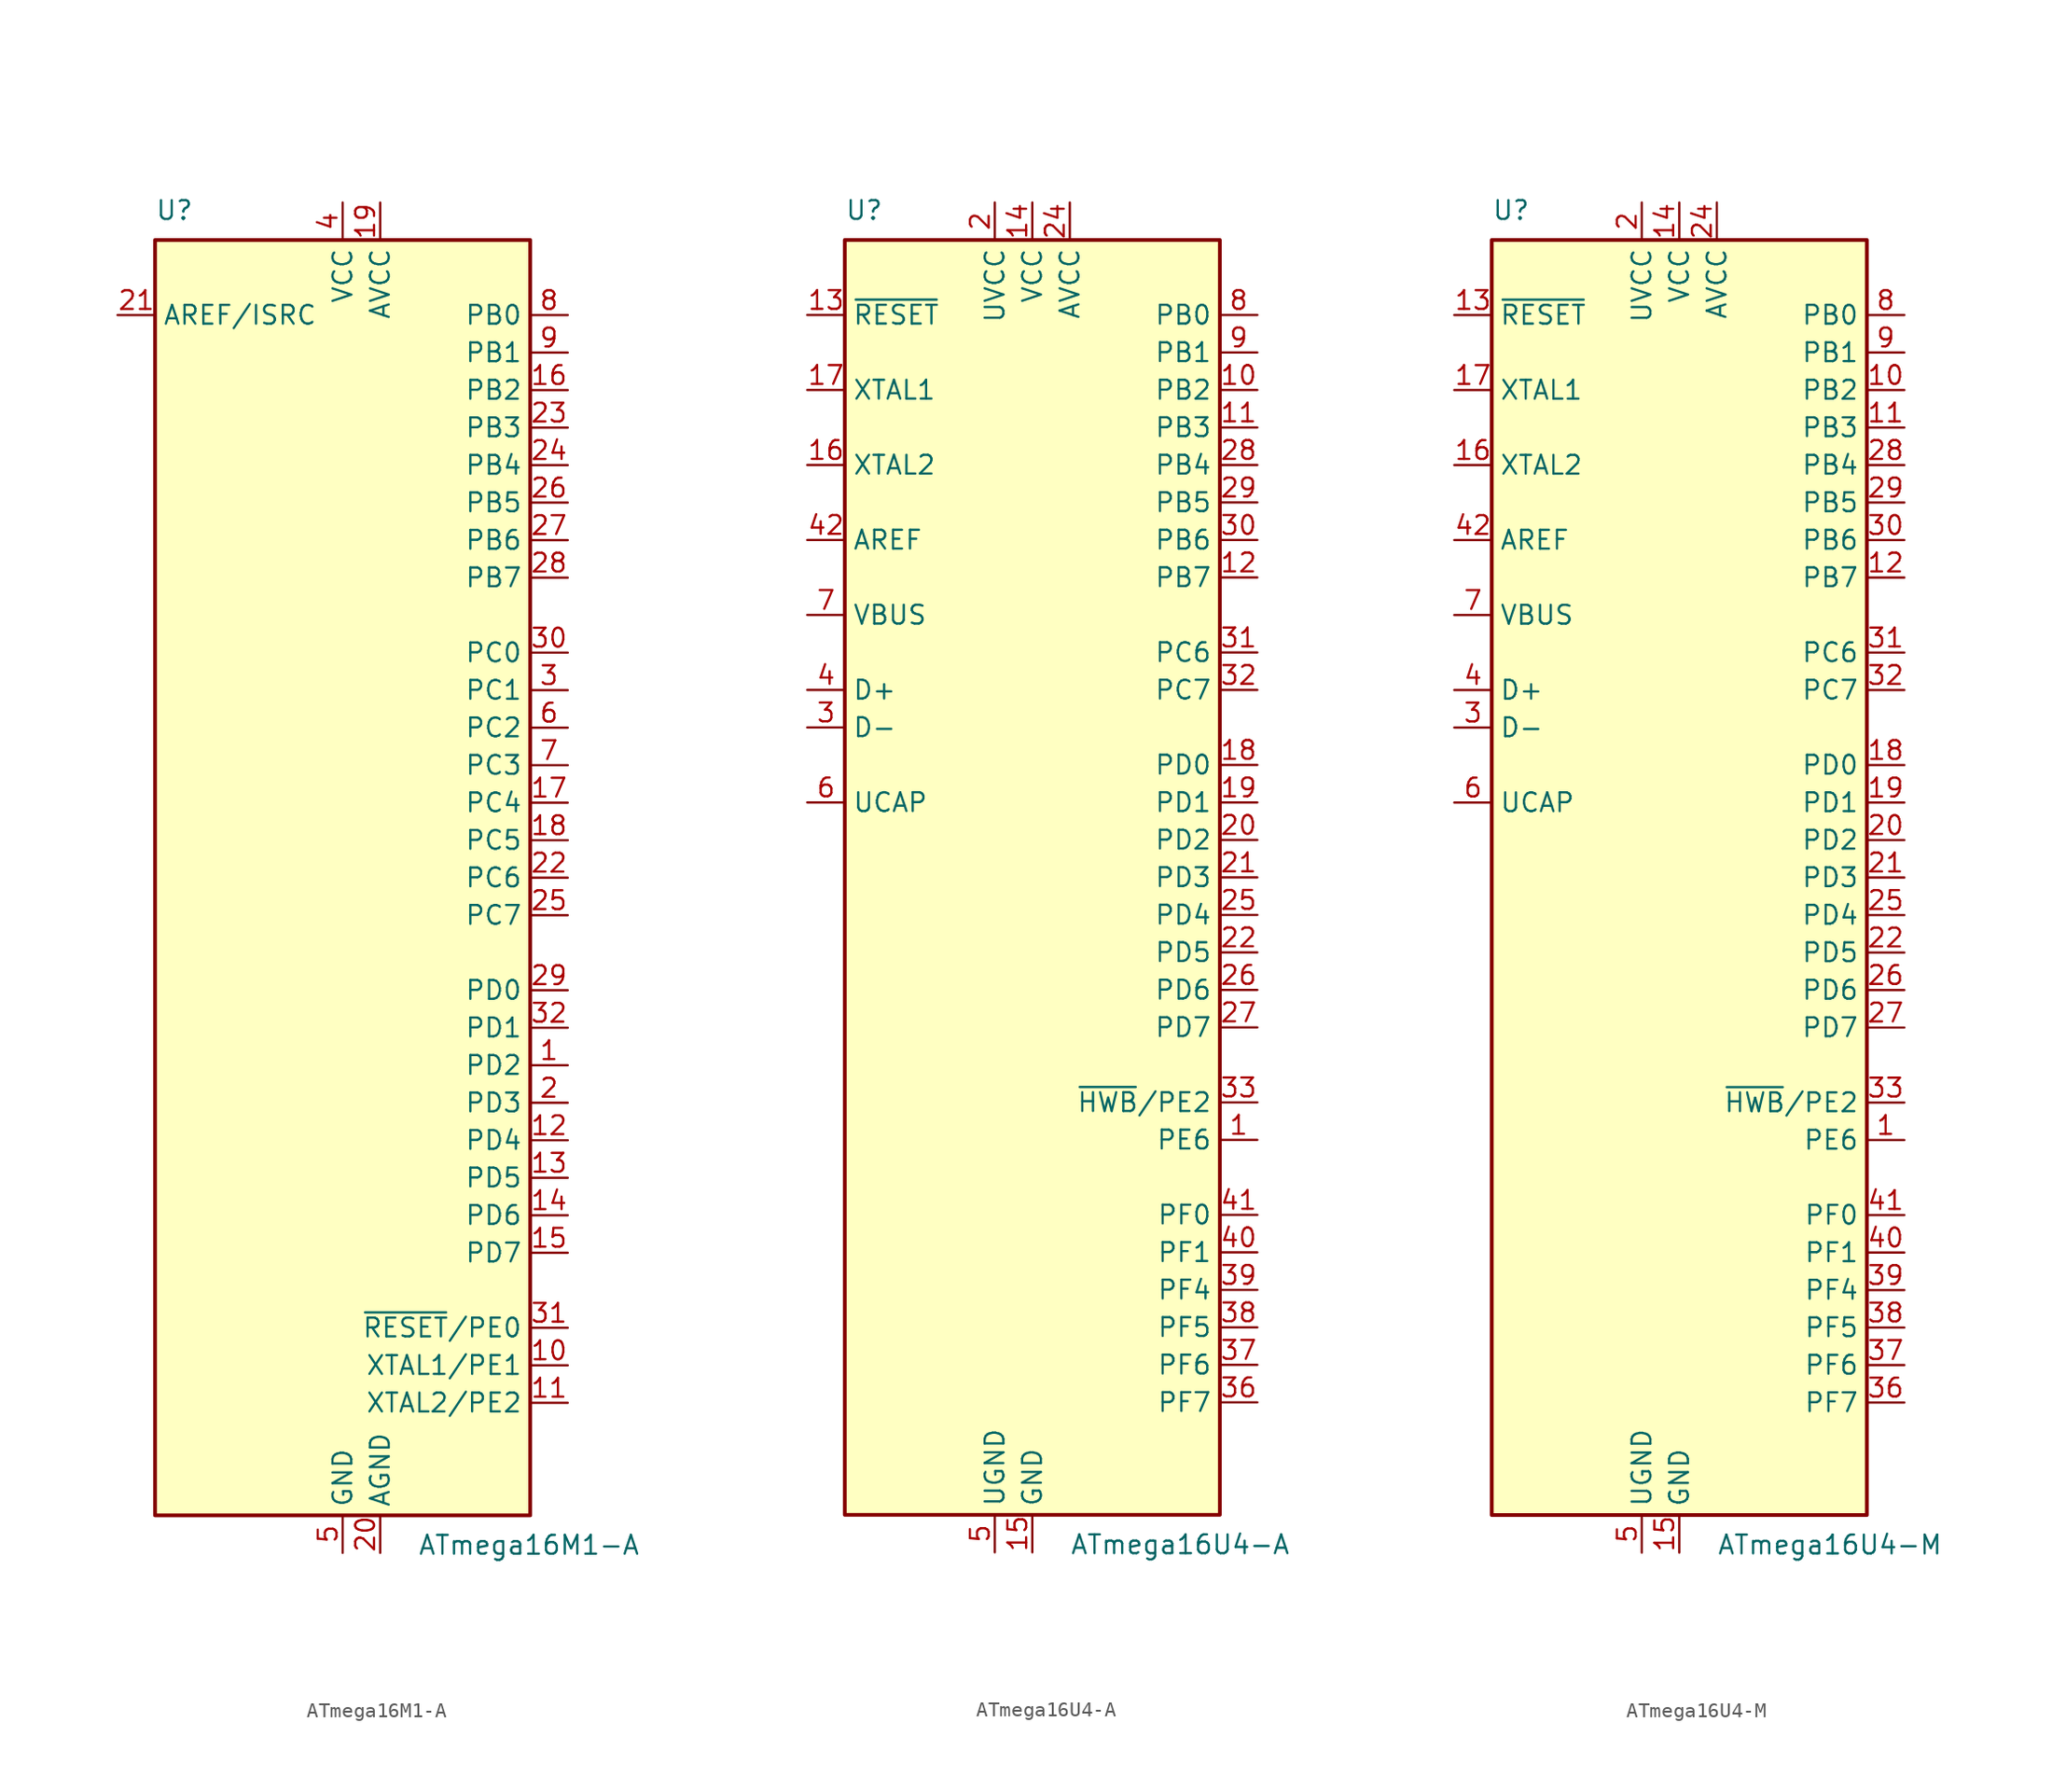
<source format=kicad_sym>
(kicad_symbol_lib
  (version 20201005)
  (generator kicad_symbol_editor)
  (symbol "MCU_Microchip_ATmega:ATmega16M1-A"
    (property "Reference" "U"
      (at -12.7 44.45 0)
      (effects (font (size 1.27 1.27)) (justify left bottom)))
    (property "Value" "ATmega16M1-A"
      (at 5.08 -44.45 0)
      (effects (font (size 1.27 1.27)) (justify left top)))
    (symbol "ATmega16M1-A_0_1"
      (rectangle (start -12.7 -43.18) (end 12.7 43.18) (stroke (width 0.254)) (fill (type background))))
    (symbol "ATmega16M1-A_1_1"
      (pin bidirectional line (at 15.24 -12.7 180) (length 2.54) (name "PD2" (effects (font (size 1.27 1.27)))) (number "1" (effects (font (size 1.27 1.27)))))
      (pin bidirectional line (at 15.24 -33.02 180) (length 2.54) (name "XTAL1/PE1" (effects (font (size 1.27 1.27)))) (number "10" (effects (font (size 1.27 1.27)))))
      (pin bidirectional line (at 15.24 -35.56 180) (length 2.54) (name "XTAL2/PE2" (effects (font (size 1.27 1.27)))) (number "11" (effects (font (size 1.27 1.27)))))
      (pin bidirectional line (at 15.24 -17.78 180) (length 2.54) (name "PD4" (effects (font (size 1.27 1.27)))) (number "12" (effects (font (size 1.27 1.27)))))
      (pin bidirectional line (at 15.24 -20.32 180) (length 2.54) (name "PD5" (effects (font (size 1.27 1.27)))) (number "13" (effects (font (size 1.27 1.27)))))
      (pin bidirectional line (at 15.24 -22.86 180) (length 2.54) (name "PD6" (effects (font (size 1.27 1.27)))) (number "14" (effects (font (size 1.27 1.27)))))
      (pin bidirectional line (at 15.24 -25.4 180) (length 2.54) (name "PD7" (effects (font (size 1.27 1.27)))) (number "15" (effects (font (size 1.27 1.27)))))
      (pin bidirectional line (at 15.24 33.02 180) (length 2.54) (name "PB2" (effects (font (size 1.27 1.27)))) (number "16" (effects (font (size 1.27 1.27)))))
      (pin bidirectional line (at 15.24 5.08 180) (length 2.54) (name "PC4" (effects (font (size 1.27 1.27)))) (number "17" (effects (font (size 1.27 1.27)))))
      (pin bidirectional line (at 15.24 2.54 180) (length 2.54) (name "PC5" (effects (font (size 1.27 1.27)))) (number "18" (effects (font (size 1.27 1.27)))))
      (pin power_in line (at 2.54 45.72 270) (length 2.54) (name "AVCC" (effects (font (size 1.27 1.27)))) (number "19" (effects (font (size 1.27 1.27)))))
      (pin bidirectional line (at 15.24 -15.24 180) (length 2.54) (name "PD3" (effects (font (size 1.27 1.27)))) (number "2" (effects (font (size 1.27 1.27)))))
      (pin power_in line (at 2.54 -45.72 90) (length 2.54) (name "AGND" (effects (font (size 1.27 1.27)))) (number "20" (effects (font (size 1.27 1.27)))))
      (pin passive line (at -15.24 38.1 0) (length 2.54) (name "AREF/ISRC" (effects (font (size 1.27 1.27)))) (number "21" (effects (font (size 1.27 1.27)))))
      (pin bidirectional line (at 15.24 0 180) (length 2.54) (name "PC6" (effects (font (size 1.27 1.27)))) (number "22" (effects (font (size 1.27 1.27)))))
      (pin bidirectional line (at 15.24 30.48 180) (length 2.54) (name "PB3" (effects (font (size 1.27 1.27)))) (number "23" (effects (font (size 1.27 1.27)))))
      (pin bidirectional line (at 15.24 27.94 180) (length 2.54) (name "PB4" (effects (font (size 1.27 1.27)))) (number "24" (effects (font (size 1.27 1.27)))))
      (pin bidirectional line (at 15.24 -2.54 180) (length 2.54) (name "PC7" (effects (font (size 1.27 1.27)))) (number "25" (effects (font (size 1.27 1.27)))))
      (pin bidirectional line (at 15.24 25.4 180) (length 2.54) (name "PB5" (effects (font (size 1.27 1.27)))) (number "26" (effects (font (size 1.27 1.27)))))
      (pin bidirectional line (at 15.24 22.86 180) (length 2.54) (name "PB6" (effects (font (size 1.27 1.27)))) (number "27" (effects (font (size 1.27 1.27)))))
      (pin bidirectional line (at 15.24 20.32 180) (length 2.54) (name "PB7" (effects (font (size 1.27 1.27)))) (number "28" (effects (font (size 1.27 1.27)))))
      (pin bidirectional line (at 15.24 -7.62 180) (length 2.54) (name "PD0" (effects (font (size 1.27 1.27)))) (number "29" (effects (font (size 1.27 1.27)))))
      (pin bidirectional line (at 15.24 12.7 180) (length 2.54) (name "PC1" (effects (font (size 1.27 1.27)))) (number "3" (effects (font (size 1.27 1.27)))))
      (pin bidirectional line (at 15.24 15.24 180) (length 2.54) (name "PC0" (effects (font (size 1.27 1.27)))) (number "30" (effects (font (size 1.27 1.27)))))
      (pin bidirectional line (at 15.24 -30.48 180) (length 2.54) (name "~RESET~/PE0" (effects (font (size 1.27 1.27)))) (number "31" (effects (font (size 1.27 1.27)))))
      (pin bidirectional line (at 15.24 -10.16 180) (length 2.54) (name "PD1" (effects (font (size 1.27 1.27)))) (number "32" (effects (font (size 1.27 1.27)))))
      (pin power_in line (at 0 45.72 270) (length 2.54) (name "VCC" (effects (font (size 1.27 1.27)))) (number "4" (effects (font (size 1.27 1.27)))))
      (pin power_in line (at 0 -45.72 90) (length 2.54) (name "GND" (effects (font (size 1.27 1.27)))) (number "5" (effects (font (size 1.27 1.27)))))
      (pin bidirectional line (at 15.24 10.16 180) (length 2.54) (name "PC2" (effects (font (size 1.27 1.27)))) (number "6" (effects (font (size 1.27 1.27)))))
      (pin bidirectional line (at 15.24 7.62 180) (length 2.54) (name "PC3" (effects (font (size 1.27 1.27)))) (number "7" (effects (font (size 1.27 1.27)))))
      (pin bidirectional line (at 15.24 38.1 180) (length 2.54) (name "PB0" (effects (font (size 1.27 1.27)))) (number "8" (effects (font (size 1.27 1.27)))))
      (pin bidirectional line (at 15.24 35.56 180) (length 2.54) (name "PB1" (effects (font (size 1.27 1.27)))) (number "9" (effects (font (size 1.27 1.27)))))))
  (symbol "MCU_Microchip_ATmega:ATmega16U4-A"
    (property "Reference" "U"
      (at -12.7 44.45 0)
      (effects (font (size 1.27 1.27)) (justify left bottom)))
    (property "Value" "ATmega16U4-A"
      (at 2.54 -44.45 0)
      (effects (font (size 1.27 1.27)) (justify left top)))
    (symbol "ATmega16U4-A_0_1"
      (rectangle (start -12.7 -43.18) (end 12.7 43.18) (stroke (width 0.254)) (fill (type background))))
    (symbol "ATmega16U4-A_1_1"
      (pin bidirectional line (at 15.24 -17.78 180) (length 2.54) (name "PE6" (effects (font (size 1.27 1.27)))) (number "1" (effects (font (size 1.27 1.27)))))
      (pin bidirectional line (at 15.24 33.02 180) (length 2.54) (name "PB2" (effects (font (size 1.27 1.27)))) (number "10" (effects (font (size 1.27 1.27)))))
      (pin bidirectional line (at 15.24 30.48 180) (length 2.54) (name "PB3" (effects (font (size 1.27 1.27)))) (number "11" (effects (font (size 1.27 1.27)))))
      (pin bidirectional line (at 15.24 20.32 180) (length 2.54) (name "PB7" (effects (font (size 1.27 1.27)))) (number "12" (effects (font (size 1.27 1.27)))))
      (pin input line (at -15.24 38.1 0) (length 2.54) (name "~RESET" (effects (font (size 1.27 1.27)))) (number "13" (effects (font (size 1.27 1.27)))))
      (pin power_in line (at 0 45.72 270) (length 2.54) (name "VCC" (effects (font (size 1.27 1.27)))) (number "14" (effects (font (size 1.27 1.27)))))
      (pin power_in line (at 0 -45.72 90) (length 2.54) (name "GND" (effects (font (size 1.27 1.27)))) (number "15" (effects (font (size 1.27 1.27)))))
      (pin output line (at -15.24 27.94 0) (length 2.54) (name "XTAL2" (effects (font (size 1.27 1.27)))) (number "16" (effects (font (size 1.27 1.27)))))
      (pin input line (at -15.24 33.02 0) (length 2.54) (name "XTAL1" (effects (font (size 1.27 1.27)))) (number "17" (effects (font (size 1.27 1.27)))))
      (pin bidirectional line (at 15.24 7.62 180) (length 2.54) (name "PD0" (effects (font (size 1.27 1.27)))) (number "18" (effects (font (size 1.27 1.27)))))
      (pin bidirectional line (at 15.24 5.08 180) (length 2.54) (name "PD1" (effects (font (size 1.27 1.27)))) (number "19" (effects (font (size 1.27 1.27)))))
      (pin power_in line (at -2.54 45.72 270) (length 2.54) (name "UVCC" (effects (font (size 1.27 1.27)))) (number "2" (effects (font (size 1.27 1.27)))))
      (pin bidirectional line (at 15.24 2.54 180) (length 2.54) (name "PD2" (effects (font (size 1.27 1.27)))) (number "20" (effects (font (size 1.27 1.27)))))
      (pin bidirectional line (at 15.24 0 180) (length 2.54) (name "PD3" (effects (font (size 1.27 1.27)))) (number "21" (effects (font (size 1.27 1.27)))))
      (pin bidirectional line (at 15.24 -5.08 180) (length 2.54) (name "PD5" (effects (font (size 1.27 1.27)))) (number "22" (effects (font (size 1.27 1.27)))))
      (pin passive line (at 0 -45.72 90) (length 2.54) hide (name "GND" (effects (font (size 1.27 1.27)))) (number "23" (effects (font (size 1.27 1.27)))))
      (pin power_in line (at 2.54 45.72 270) (length 2.54) (name "AVCC" (effects (font (size 1.27 1.27)))) (number "24" (effects (font (size 1.27 1.27)))))
      (pin bidirectional line (at 15.24 -2.54 180) (length 2.54) (name "PD4" (effects (font (size 1.27 1.27)))) (number "25" (effects (font (size 1.27 1.27)))))
      (pin bidirectional line (at 15.24 -7.62 180) (length 2.54) (name "PD6" (effects (font (size 1.27 1.27)))) (number "26" (effects (font (size 1.27 1.27)))))
      (pin bidirectional line (at 15.24 -10.16 180) (length 2.54) (name "PD7" (effects (font (size 1.27 1.27)))) (number "27" (effects (font (size 1.27 1.27)))))
      (pin bidirectional line (at 15.24 27.94 180) (length 2.54) (name "PB4" (effects (font (size 1.27 1.27)))) (number "28" (effects (font (size 1.27 1.27)))))
      (pin bidirectional line (at 15.24 25.4 180) (length 2.54) (name "PB5" (effects (font (size 1.27 1.27)))) (number "29" (effects (font (size 1.27 1.27)))))
      (pin bidirectional line (at -15.24 10.16 0) (length 2.54) (name "D-" (effects (font (size 1.27 1.27)))) (number "3" (effects (font (size 1.27 1.27)))))
      (pin bidirectional line (at 15.24 22.86 180) (length 2.54) (name "PB6" (effects (font (size 1.27 1.27)))) (number "30" (effects (font (size 1.27 1.27)))))
      (pin bidirectional line (at 15.24 15.24 180) (length 2.54) (name "PC6" (effects (font (size 1.27 1.27)))) (number "31" (effects (font (size 1.27 1.27)))))
      (pin bidirectional line (at 15.24 12.7 180) (length 2.54) (name "PC7" (effects (font (size 1.27 1.27)))) (number "32" (effects (font (size 1.27 1.27)))))
      (pin bidirectional line (at 15.24 -15.24 180) (length 2.54) (name "~HWB~/PE2" (effects (font (size 1.27 1.27)))) (number "33" (effects (font (size 1.27 1.27)))))
      (pin passive line (at 0 45.72 270) (length 2.54) hide (name "VCC" (effects (font (size 1.27 1.27)))) (number "34" (effects (font (size 1.27 1.27)))))
      (pin passive line (at 0 -45.72 90) (length 2.54) hide (name "GND" (effects (font (size 1.27 1.27)))) (number "35" (effects (font (size 1.27 1.27)))))
      (pin bidirectional line (at 15.24 -35.56 180) (length 2.54) (name "PF7" (effects (font (size 1.27 1.27)))) (number "36" (effects (font (size 1.27 1.27)))))
      (pin bidirectional line (at 15.24 -33.02 180) (length 2.54) (name "PF6" (effects (font (size 1.27 1.27)))) (number "37" (effects (font (size 1.27 1.27)))))
      (pin bidirectional line (at 15.24 -30.48 180) (length 2.54) (name "PF5" (effects (font (size 1.27 1.27)))) (number "38" (effects (font (size 1.27 1.27)))))
      (pin bidirectional line (at 15.24 -27.94 180) (length 2.54) (name "PF4" (effects (font (size 1.27 1.27)))) (number "39" (effects (font (size 1.27 1.27)))))
      (pin bidirectional line (at -15.24 12.7 0) (length 2.54) (name "D+" (effects (font (size 1.27 1.27)))) (number "4" (effects (font (size 1.27 1.27)))))
      (pin bidirectional line (at 15.24 -25.4 180) (length 2.54) (name "PF1" (effects (font (size 1.27 1.27)))) (number "40" (effects (font (size 1.27 1.27)))))
      (pin bidirectional line (at 15.24 -22.86 180) (length 2.54) (name "PF0" (effects (font (size 1.27 1.27)))) (number "41" (effects (font (size 1.27 1.27)))))
      (pin passive line (at -15.24 22.86 0) (length 2.54) (name "AREF" (effects (font (size 1.27 1.27)))) (number "42" (effects (font (size 1.27 1.27)))))
      (pin passive line (at 0 -45.72 90) (length 2.54) hide (name "GND" (effects (font (size 1.27 1.27)))) (number "43" (effects (font (size 1.27 1.27)))))
      (pin passive line (at 2.54 45.72 270) (length 2.54) hide (name "AVCC" (effects (font (size 1.27 1.27)))) (number "44" (effects (font (size 1.27 1.27)))))
      (pin passive line (at -2.54 -45.72 90) (length 2.54) (name "UGND" (effects (font (size 1.27 1.27)))) (number "5" (effects (font (size 1.27 1.27)))))
      (pin passive line (at -15.24 5.08 0) (length 2.54) (name "UCAP" (effects (font (size 1.27 1.27)))) (number "6" (effects (font (size 1.27 1.27)))))
      (pin input line (at -15.24 17.78 0) (length 2.54) (name "VBUS" (effects (font (size 1.27 1.27)))) (number "7" (effects (font (size 1.27 1.27)))))
      (pin bidirectional line (at 15.24 38.1 180) (length 2.54) (name "PB0" (effects (font (size 1.27 1.27)))) (number "8" (effects (font (size 1.27 1.27)))))
      (pin bidirectional line (at 15.24 35.56 180) (length 2.54) (name "PB1" (effects (font (size 1.27 1.27)))) (number "9" (effects (font (size 1.27 1.27)))))))
  (symbol "MCU_Microchip_ATmega:ATmega16U4-M"
    (property "Reference" "U"
      (at -12.7 44.45 0)
      (effects (font (size 1.27 1.27)) (justify left bottom)))
    (property "Value" "ATmega16U4-M"
      (at 2.54 -44.45 0)
      (effects (font (size 1.27 1.27)) (justify left top)))
    (symbol "ATmega16U4-M_0_1"
      (rectangle (start -12.7 -43.18) (end 12.7 43.18) (stroke (width 0.254)) (fill (type background))))
    (symbol "ATmega16U4-M_1_1"
      (pin bidirectional line (at 15.24 -17.78 180) (length 2.54) (name "PE6" (effects (font (size 1.27 1.27)))) (number "1" (effects (font (size 1.27 1.27)))))
      (pin bidirectional line (at 15.24 33.02 180) (length 2.54) (name "PB2" (effects (font (size 1.27 1.27)))) (number "10" (effects (font (size 1.27 1.27)))))
      (pin bidirectional line (at 15.24 30.48 180) (length 2.54) (name "PB3" (effects (font (size 1.27 1.27)))) (number "11" (effects (font (size 1.27 1.27)))))
      (pin bidirectional line (at 15.24 20.32 180) (length 2.54) (name "PB7" (effects (font (size 1.27 1.27)))) (number "12" (effects (font (size 1.27 1.27)))))
      (pin input line (at -15.24 38.1 0) (length 2.54) (name "~RESET" (effects (font (size 1.27 1.27)))) (number "13" (effects (font (size 1.27 1.27)))))
      (pin power_in line (at 0 45.72 270) (length 2.54) (name "VCC" (effects (font (size 1.27 1.27)))) (number "14" (effects (font (size 1.27 1.27)))))
      (pin power_in line (at 0 -45.72 90) (length 2.54) (name "GND" (effects (font (size 1.27 1.27)))) (number "15" (effects (font (size 1.27 1.27)))))
      (pin output line (at -15.24 27.94 0) (length 2.54) (name "XTAL2" (effects (font (size 1.27 1.27)))) (number "16" (effects (font (size 1.27 1.27)))))
      (pin input line (at -15.24 33.02 0) (length 2.54) (name "XTAL1" (effects (font (size 1.27 1.27)))) (number "17" (effects (font (size 1.27 1.27)))))
      (pin bidirectional line (at 15.24 7.62 180) (length 2.54) (name "PD0" (effects (font (size 1.27 1.27)))) (number "18" (effects (font (size 1.27 1.27)))))
      (pin bidirectional line (at 15.24 5.08 180) (length 2.54) (name "PD1" (effects (font (size 1.27 1.27)))) (number "19" (effects (font (size 1.27 1.27)))))
      (pin power_in line (at -2.54 45.72 270) (length 2.54) (name "UVCC" (effects (font (size 1.27 1.27)))) (number "2" (effects (font (size 1.27 1.27)))))
      (pin bidirectional line (at 15.24 2.54 180) (length 2.54) (name "PD2" (effects (font (size 1.27 1.27)))) (number "20" (effects (font (size 1.27 1.27)))))
      (pin bidirectional line (at 15.24 0 180) (length 2.54) (name "PD3" (effects (font (size 1.27 1.27)))) (number "21" (effects (font (size 1.27 1.27)))))
      (pin bidirectional line (at 15.24 -5.08 180) (length 2.54) (name "PD5" (effects (font (size 1.27 1.27)))) (number "22" (effects (font (size 1.27 1.27)))))
      (pin passive line (at 0 -45.72 90) (length 2.54) hide (name "GND" (effects (font (size 1.27 1.27)))) (number "23" (effects (font (size 1.27 1.27)))))
      (pin power_in line (at 2.54 45.72 270) (length 2.54) (name "AVCC" (effects (font (size 1.27 1.27)))) (number "24" (effects (font (size 1.27 1.27)))))
      (pin bidirectional line (at 15.24 -2.54 180) (length 2.54) (name "PD4" (effects (font (size 1.27 1.27)))) (number "25" (effects (font (size 1.27 1.27)))))
      (pin bidirectional line (at 15.24 -7.62 180) (length 2.54) (name "PD6" (effects (font (size 1.27 1.27)))) (number "26" (effects (font (size 1.27 1.27)))))
      (pin bidirectional line (at 15.24 -10.16 180) (length 2.54) (name "PD7" (effects (font (size 1.27 1.27)))) (number "27" (effects (font (size 1.27 1.27)))))
      (pin bidirectional line (at 15.24 27.94 180) (length 2.54) (name "PB4" (effects (font (size 1.27 1.27)))) (number "28" (effects (font (size 1.27 1.27)))))
      (pin bidirectional line (at 15.24 25.4 180) (length 2.54) (name "PB5" (effects (font (size 1.27 1.27)))) (number "29" (effects (font (size 1.27 1.27)))))
      (pin bidirectional line (at -15.24 10.16 0) (length 2.54) (name "D-" (effects (font (size 1.27 1.27)))) (number "3" (effects (font (size 1.27 1.27)))))
      (pin bidirectional line (at 15.24 22.86 180) (length 2.54) (name "PB6" (effects (font (size 1.27 1.27)))) (number "30" (effects (font (size 1.27 1.27)))))
      (pin bidirectional line (at 15.24 15.24 180) (length 2.54) (name "PC6" (effects (font (size 1.27 1.27)))) (number "31" (effects (font (size 1.27 1.27)))))
      (pin bidirectional line (at 15.24 12.7 180) (length 2.54) (name "PC7" (effects (font (size 1.27 1.27)))) (number "32" (effects (font (size 1.27 1.27)))))
      (pin bidirectional line (at 15.24 -15.24 180) (length 2.54) (name "~HWB~/PE2" (effects (font (size 1.27 1.27)))) (number "33" (effects (font (size 1.27 1.27)))))
      (pin passive line (at 0 45.72 270) (length 2.54) hide (name "VCC" (effects (font (size 1.27 1.27)))) (number "34" (effects (font (size 1.27 1.27)))))
      (pin passive line (at 0 -45.72 90) (length 2.54) hide (name "GND" (effects (font (size 1.27 1.27)))) (number "35" (effects (font (size 1.27 1.27)))))
      (pin bidirectional line (at 15.24 -35.56 180) (length 2.54) (name "PF7" (effects (font (size 1.27 1.27)))) (number "36" (effects (font (size 1.27 1.27)))))
      (pin bidirectional line (at 15.24 -33.02 180) (length 2.54) (name "PF6" (effects (font (size 1.27 1.27)))) (number "37" (effects (font (size 1.27 1.27)))))
      (pin bidirectional line (at 15.24 -30.48 180) (length 2.54) (name "PF5" (effects (font (size 1.27 1.27)))) (number "38" (effects (font (size 1.27 1.27)))))
      (pin bidirectional line (at 15.24 -27.94 180) (length 2.54) (name "PF4" (effects (font (size 1.27 1.27)))) (number "39" (effects (font (size 1.27 1.27)))))
      (pin bidirectional line (at -15.24 12.7 0) (length 2.54) (name "D+" (effects (font (size 1.27 1.27)))) (number "4" (effects (font (size 1.27 1.27)))))
      (pin bidirectional line (at 15.24 -25.4 180) (length 2.54) (name "PF1" (effects (font (size 1.27 1.27)))) (number "40" (effects (font (size 1.27 1.27)))))
      (pin bidirectional line (at 15.24 -22.86 180) (length 2.54) (name "PF0" (effects (font (size 1.27 1.27)))) (number "41" (effects (font (size 1.27 1.27)))))
      (pin passive line (at -15.24 22.86 0) (length 2.54) (name "AREF" (effects (font (size 1.27 1.27)))) (number "42" (effects (font (size 1.27 1.27)))))
      (pin passive line (at 0 -45.72 90) (length 2.54) hide (name "GND" (effects (font (size 1.27 1.27)))) (number "43" (effects (font (size 1.27 1.27)))))
      (pin passive line (at 2.54 45.72 270) (length 2.54) hide (name "AVCC" (effects (font (size 1.27 1.27)))) (number "44" (effects (font (size 1.27 1.27)))))
      (pin passive line (at 0 -45.72 90) (length 2.54) hide (name "GND" (effects (font (size 1.27 1.27)))) (number "45" (effects (font (size 1.27 1.27)))))
      (pin passive line (at -2.54 -45.72 90) (length 2.54) (name "UGND" (effects (font (size 1.27 1.27)))) (number "5" (effects (font (size 1.27 1.27)))))
      (pin passive line (at -15.24 5.08 0) (length 2.54) (name "UCAP" (effects (font (size 1.27 1.27)))) (number "6" (effects (font (size 1.27 1.27)))))
      (pin input line (at -15.24 17.78 0) (length 2.54) (name "VBUS" (effects (font (size 1.27 1.27)))) (number "7" (effects (font (size 1.27 1.27)))))
      (pin bidirectional line (at 15.24 38.1 180) (length 2.54) (name "PB0" (effects (font (size 1.27 1.27)))) (number "8" (effects (font (size 1.27 1.27)))))
      (pin bidirectional line (at 15.24 35.56 180) (length 2.54) (name "PB1" (effects (font (size 1.27 1.27)))) (number "9" (effects (font (size 1.27 1.27))))))))
</source>
